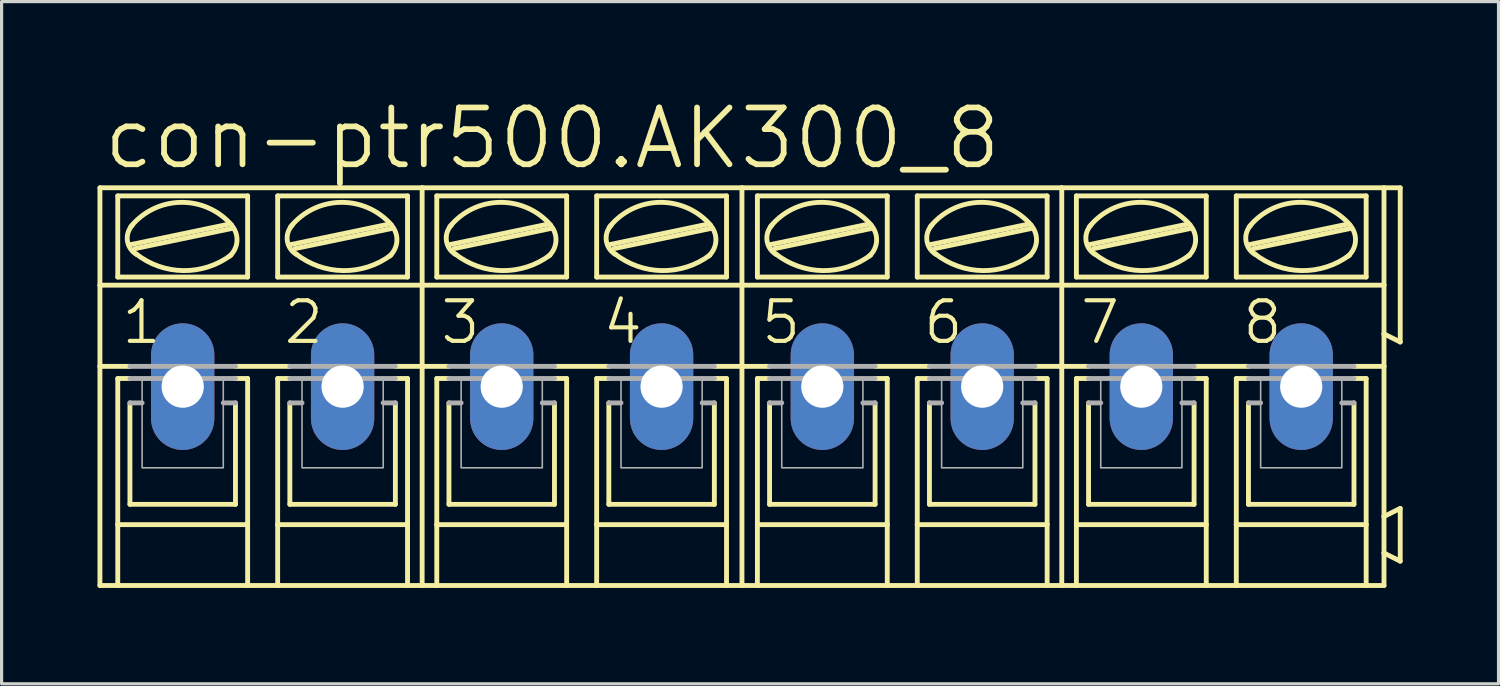
<source format=kicad_pcb>
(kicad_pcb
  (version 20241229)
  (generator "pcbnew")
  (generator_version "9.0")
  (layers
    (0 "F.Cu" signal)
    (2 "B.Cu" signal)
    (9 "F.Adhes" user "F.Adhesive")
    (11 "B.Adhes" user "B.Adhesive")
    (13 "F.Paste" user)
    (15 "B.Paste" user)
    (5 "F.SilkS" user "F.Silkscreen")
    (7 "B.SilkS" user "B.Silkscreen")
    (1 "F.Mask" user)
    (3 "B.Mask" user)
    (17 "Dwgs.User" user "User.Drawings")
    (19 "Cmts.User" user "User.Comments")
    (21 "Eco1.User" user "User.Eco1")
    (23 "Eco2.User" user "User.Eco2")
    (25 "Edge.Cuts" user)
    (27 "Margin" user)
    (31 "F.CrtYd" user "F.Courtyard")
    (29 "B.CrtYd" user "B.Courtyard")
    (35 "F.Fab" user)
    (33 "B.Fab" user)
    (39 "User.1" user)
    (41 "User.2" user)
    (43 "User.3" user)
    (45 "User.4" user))
  (footprint "con-ptr500.AK300_8"
    (layer "F.Cu")
    (at 20.168 9.049)
    (property "Reference" "con-ptr500.AK300_8" (at -20.066 -6.731 0) (layer "F.SilkS") (effects (font (size 1.778 1.778) (thickness 0.18)) (justify left bottom)))
    (attr through_hole)
    (fp_line (start -20.091 -3.175) (end -20.091 -6.223) (stroke (width 0.152) (type default)) (layer "F.SilkS"))
    (fp_line (start -20.091 -3.175) (end -10.008 -3.175) (stroke (width 0.152) (type default)) (layer "F.SilkS"))
    (fp_line (start -20.091 -0.635) (end -20.091 -3.175) (stroke (width 0.152) (type default)) (layer "F.SilkS"))
    (fp_line (start -20.091 -0.635) (end -19.152 -0.635) (stroke (width 0.152) (type default)) (layer "F.SilkS"))
    (fp_line (start -20.091 6.223) (end -20.091 -0.635) (stroke (width 0.152) (type default)) (layer "F.SilkS"))
    (fp_line (start -20.091 6.223) (end -19.533 6.223) (stroke (width 0.152) (type default)) (layer "F.SilkS"))
    (fp_line (start -19.533 -3.429) (end -19.533 -5.969) (stroke (width 0.152) (type default)) (layer "F.SilkS"))
    (fp_line (start -19.533 -0.254) (end -19.533 4.318) (stroke (width 0.152) (type default)) (layer "F.SilkS"))
    (fp_line (start -19.533 -0.254) (end -19.152 -0.254) (stroke (width 0.152) (type default)) (layer "F.SilkS"))
    (fp_line (start -19.533 4.318) (end -19.533 6.223) (stroke (width 0.152) (type default)) (layer "F.SilkS"))
    (fp_line (start -19.533 6.223) (end -15.469 6.223) (stroke (width 0.152) (type default)) (layer "F.SilkS"))
    (fp_line (start -19.152 3.683) (end -19.152 0.508) (stroke (width 0.152) (type default)) (layer "F.SilkS"))
    (fp_line (start -19.126 -4.445) (end -16.078 -5.08) (stroke (width 0.152) (type default)) (layer "F.SilkS"))
    (fp_line (start -18.999 -4.318) (end -15.951 -4.953) (stroke (width 0.152) (type default)) (layer "F.SilkS"))
    (fp_line (start -15.85 -0.635) (end -14.148 -0.635) (stroke (width 0.152) (type default)) (layer "F.SilkS"))
    (fp_line (start -15.85 3.683) (end -19.152 3.683) (stroke (width 0.152) (type default)) (layer "F.SilkS"))
    (fp_line (start -15.85 3.683) (end -15.85 0.508) (stroke (width 0.152) (type default)) (layer "F.SilkS"))
    (fp_line (start -15.469 -5.969) (end -19.533 -5.969) (stroke (width 0.152) (type default)) (layer "F.SilkS"))
    (fp_line (start -15.469 -3.429) (end -19.533 -3.429) (stroke (width 0.152) (type default)) (layer "F.SilkS"))
    (fp_line (start -15.469 -3.429) (end -15.469 -5.969) (stroke (width 0.152) (type default)) (layer "F.SilkS"))
    (fp_line (start -15.469 -0.254) (end -15.85 -0.254) (stroke (width 0.152) (type default)) (layer "F.SilkS"))
    (fp_line (start -15.469 4.318) (end -19.533 4.318) (stroke (width 0.152) (type default)) (layer "F.SilkS"))
    (fp_line (start -15.469 4.318) (end -15.469 -0.254) (stroke (width 0.152) (type default)) (layer "F.SilkS"))
    (fp_line (start -15.469 6.223) (end -15.469 4.318) (stroke (width 0.152) (type default)) (layer "F.SilkS"))
    (fp_line (start -15.469 6.223) (end -14.529 6.223) (stroke (width 0.152) (type default)) (layer "F.SilkS"))
    (fp_line (start -14.529 -5.969) (end -10.465 -5.969) (stroke (width 0.152) (type default)) (layer "F.SilkS"))
    (fp_line (start -14.529 -3.429) (end -14.529 -5.969) (stroke (width 0.152) (type default)) (layer "F.SilkS"))
    (fp_line (start -14.529 -0.254) (end -14.148 -0.254) (stroke (width 0.152) (type default)) (layer "F.SilkS"))
    (fp_line (start -14.529 4.318) (end -14.529 -0.254) (stroke (width 0.152) (type default)) (layer "F.SilkS"))
    (fp_line (start -14.529 4.318) (end -10.465 4.318) (stroke (width 0.152) (type default)) (layer "F.SilkS"))
    (fp_line (start -14.529 6.223) (end -14.529 4.318) (stroke (width 0.152) (type default)) (layer "F.SilkS"))
    (fp_line (start -14.529 6.223) (end -10.465 6.223) (stroke (width 0.152) (type default)) (layer "F.SilkS"))
    (fp_line (start -14.148 3.683) (end -14.148 0.508) (stroke (width 0.152) (type default)) (layer "F.SilkS"))
    (fp_line (start -14.122 -4.445) (end -11.074 -5.08) (stroke (width 0.152) (type default)) (layer "F.SilkS"))
    (fp_line (start -13.995 -4.318) (end -10.947 -4.953) (stroke (width 0.152) (type default)) (layer "F.SilkS"))
    (fp_line (start -10.846 3.683) (end -14.148 3.683) (stroke (width 0.152) (type default)) (layer "F.SilkS"))
    (fp_line (start -10.846 3.683) (end -10.846 0.508) (stroke (width 0.152) (type default)) (layer "F.SilkS"))
    (fp_line (start -10.465 -5.969) (end -10.465 -3.429) (stroke (width 0.152) (type default)) (layer "F.SilkS"))
    (fp_line (start -10.465 -3.429) (end -14.529 -3.429) (stroke (width 0.152) (type default)) (layer "F.SilkS"))
    (fp_line (start -10.465 -0.254) (end -10.846 -0.254) (stroke (width 0.152) (type default)) (layer "F.SilkS"))
    (fp_line (start -10.465 -0.254) (end -10.465 4.318) (stroke (width 0.152) (type default)) (layer "F.SilkS"))
    (fp_line (start -10.465 4.318) (end -10.465 6.223) (stroke (width 0.152) (type default)) (layer "F.SilkS"))
    (fp_line (start -10.465 6.223) (end -10.008 6.223) (stroke (width 0.152) (type default)) (layer "F.SilkS"))
    (fp_line (start -10.008 -6.223) (end -20.091 -6.223) (stroke (width 0.152) (type default)) (layer "F.SilkS"))
    (fp_line (start -10.008 -3.175) (end -10.008 -6.223) (stroke (width 0.152) (type default)) (layer "F.SilkS"))
    (fp_line (start -10.008 -3.175) (end 0 -3.175) (stroke (width 0.152) (type default)) (layer "F.SilkS"))
    (fp_line (start -10.008 -0.635) (end -10.846 -0.635) (stroke (width 0.152) (type default)) (layer "F.SilkS"))
    (fp_line (start -10.008 -0.635) (end -10.008 -3.175) (stroke (width 0.152) (type default)) (layer "F.SilkS"))
    (fp_line (start -10.008 -0.635) (end -9.169 -0.635) (stroke (width 0.152) (type default)) (layer "F.SilkS"))
    (fp_line (start -10.008 6.223) (end -10.008 -0.635) (stroke (width 0.152) (type default)) (layer "F.SilkS"))
    (fp_line (start -10.008 6.223) (end -9.55 6.223) (stroke (width 0.152) (type default)) (layer "F.SilkS"))
    (fp_line (start -9.55 -3.429) (end -9.55 -5.969) (stroke (width 0.152) (type default)) (layer "F.SilkS"))
    (fp_line (start -9.55 -0.254) (end -9.55 4.318) (stroke (width 0.152) (type default)) (layer "F.SilkS"))
    (fp_line (start -9.55 -0.254) (end -9.169 -0.254) (stroke (width 0.152) (type default)) (layer "F.SilkS"))
    (fp_line (start -9.55 4.318) (end -9.55 6.223) (stroke (width 0.152) (type default)) (layer "F.SilkS"))
    (fp_line (start -9.55 6.223) (end -5.486 6.223) (stroke (width 0.152) (type default)) (layer "F.SilkS"))
    (fp_line (start -9.169 3.683) (end -9.169 0.508) (stroke (width 0.152) (type default)) (layer "F.SilkS"))
    (fp_line (start -9.144 -4.445) (end -6.096 -5.08) (stroke (width 0.152) (type default)) (layer "F.SilkS"))
    (fp_line (start -9.017 -4.318) (end -5.969 -4.953) (stroke (width 0.152) (type default)) (layer "F.SilkS"))
    (fp_line (start -5.867 -0.635) (end -4.166 -0.635) (stroke (width 0.152) (type default)) (layer "F.SilkS"))
    (fp_line (start -5.867 3.683) (end -9.169 3.683) (stroke (width 0.152) (type default)) (layer "F.SilkS"))
    (fp_line (start -5.867 3.683) (end -5.867 0.508) (stroke (width 0.152) (type default)) (layer "F.SilkS"))
    (fp_line (start -5.486 -5.969) (end -9.55 -5.969) (stroke (width 0.152) (type default)) (layer "F.SilkS"))
    (fp_line (start -5.486 -3.429) (end -9.55 -3.429) (stroke (width 0.152) (type default)) (layer "F.SilkS"))
    (fp_line (start -5.486 -3.429) (end -5.486 -5.969) (stroke (width 0.152) (type default)) (layer "F.SilkS"))
    (fp_line (start -5.486 -0.254) (end -5.867 -0.254) (stroke (width 0.152) (type default)) (layer "F.SilkS"))
    (fp_line (start -5.486 4.318) (end -9.55 4.318) (stroke (width 0.152) (type default)) (layer "F.SilkS"))
    (fp_line (start -5.486 4.318) (end -5.486 -0.254) (stroke (width 0.152) (type default)) (layer "F.SilkS"))
    (fp_line (start -5.486 6.223) (end -5.486 4.318) (stroke (width 0.152) (type default)) (layer "F.SilkS"))
    (fp_line (start -5.486 6.223) (end -4.547 6.223) (stroke (width 0.152) (type default)) (layer "F.SilkS"))
    (fp_line (start -4.547 -5.969) (end -0.483 -5.969) (stroke (width 0.152) (type default)) (layer "F.SilkS"))
    (fp_line (start -4.547 -3.429) (end -4.547 -5.969) (stroke (width 0.152) (type default)) (layer "F.SilkS"))
    (fp_line (start -4.547 -0.254) (end -4.166 -0.254) (stroke (width 0.152) (type default)) (layer "F.SilkS"))
    (fp_line (start -4.547 4.318) (end -4.547 -0.254) (stroke (width 0.152) (type default)) (layer "F.SilkS"))
    (fp_line (start -4.547 4.318) (end -0.483 4.318) (stroke (width 0.152) (type default)) (layer "F.SilkS"))
    (fp_line (start -4.547 6.223) (end -4.547 4.318) (stroke (width 0.152) (type default)) (layer "F.SilkS"))
    (fp_line (start -4.547 6.223) (end -0.483 6.223) (stroke (width 0.152) (type default)) (layer "F.SilkS"))
    (fp_line (start -4.166 3.683) (end -4.166 0.508) (stroke (width 0.152) (type default)) (layer "F.SilkS"))
    (fp_line (start -4.14 -4.445) (end -1.092 -5.08) (stroke (width 0.152) (type default)) (layer "F.SilkS"))
    (fp_line (start -4.013 -4.318) (end -0.965 -4.953) (stroke (width 0.152) (type default)) (layer "F.SilkS"))
    (fp_line (start -0.864 3.683) (end -4.166 3.683) (stroke (width 0.152) (type default)) (layer "F.SilkS"))
    (fp_line (start -0.864 3.683) (end -0.864 0.508) (stroke (width 0.152) (type default)) (layer "F.SilkS"))
    (fp_line (start -0.483 -5.969) (end -0.483 -3.429) (stroke (width 0.152) (type default)) (layer "F.SilkS"))
    (fp_line (start -0.483 -3.429) (end -4.547 -3.429) (stroke (width 0.152) (type default)) (layer "F.SilkS"))
    (fp_line (start -0.483 -0.254) (end -0.864 -0.254) (stroke (width 0.152) (type default)) (layer "F.SilkS"))
    (fp_line (start -0.483 -0.254) (end -0.483 4.318) (stroke (width 0.152) (type default)) (layer "F.SilkS"))
    (fp_line (start -0.483 4.318) (end -0.483 6.223) (stroke (width 0.152) (type default)) (layer "F.SilkS"))
    (fp_line (start -0.483 6.223) (end 0 6.223) (stroke (width 0.152) (type default)) (layer "F.SilkS"))
    (fp_line (start 0 -6.223) (end -10.008 -6.223) (stroke (width 0.152) (type default)) (layer "F.SilkS"))
    (fp_line (start 0 -3.175) (end 0 -6.223) (stroke (width 0.152) (type default)) (layer "F.SilkS"))
    (fp_line (start 0 -3.175) (end 10.008 -3.175) (stroke (width 0.152) (type default)) (layer "F.SilkS"))
    (fp_line (start 0 -0.635) (end -0.864 -0.635) (stroke (width 0.152) (type default)) (layer "F.SilkS"))
    (fp_line (start 0 -0.635) (end 0 -3.175) (stroke (width 0.152) (type default)) (layer "F.SilkS"))
    (fp_line (start 0 -0.635) (end 0.864 -0.635) (stroke (width 0.152) (type default)) (layer "F.SilkS"))
    (fp_line (start 0 6.223) (end 0 -0.635) (stroke (width 0.152) (type default)) (layer "F.SilkS"))
    (fp_line (start 0 6.223) (end 0.483 6.223) (stroke (width 0.152) (type default)) (layer "F.SilkS"))
    (fp_line (start 0.483 -3.429) (end 0.483 -5.969) (stroke (width 0.152) (type default)) (layer "F.SilkS"))
    (fp_line (start 0.483 -0.254) (end 0.483 4.318) (stroke (width 0.152) (type default)) (layer "F.SilkS"))
    (fp_line (start 0.483 -0.254) (end 0.864 -0.254) (stroke (width 0.152) (type default)) (layer "F.SilkS"))
    (fp_line (start 0.483 4.318) (end 0.483 6.223) (stroke (width 0.152) (type default)) (layer "F.SilkS"))
    (fp_line (start 0.483 6.223) (end 4.547 6.223) (stroke (width 0.152) (type default)) (layer "F.SilkS"))
    (fp_line (start 0.864 3.683) (end 0.864 0.508) (stroke (width 0.152) (type default)) (layer "F.SilkS"))
    (fp_line (start 0.889 -4.445) (end 3.937 -5.08) (stroke (width 0.152) (type default)) (layer "F.SilkS"))
    (fp_line (start 1.016 -4.318) (end 4.064 -4.953) (stroke (width 0.152) (type default)) (layer "F.SilkS"))
    (fp_line (start 4.166 -0.635) (end 5.867 -0.635) (stroke (width 0.152) (type default)) (layer "F.SilkS"))
    (fp_line (start 4.166 3.683) (end 0.864 3.683) (stroke (width 0.152) (type default)) (layer "F.SilkS"))
    (fp_line (start 4.166 3.683) (end 4.166 0.508) (stroke (width 0.152) (type default)) (layer "F.SilkS"))
    (fp_line (start 4.547 -5.969) (end 0.483 -5.969) (stroke (width 0.152) (type default)) (layer "F.SilkS"))
    (fp_line (start 4.547 -3.429) (end 0.483 -3.429) (stroke (width 0.152) (type default)) (layer "F.SilkS"))
    (fp_line (start 4.547 -3.429) (end 4.547 -5.969) (stroke (width 0.152) (type default)) (layer "F.SilkS"))
    (fp_line (start 4.547 -0.254) (end 4.166 -0.254) (stroke (width 0.152) (type default)) (layer "F.SilkS"))
    (fp_line (start 4.547 4.318) (end 0.483 4.318) (stroke (width 0.152) (type default)) (layer "F.SilkS"))
    (fp_line (start 4.547 4.318) (end 4.547 -0.254) (stroke (width 0.152) (type default)) (layer "F.SilkS"))
    (fp_line (start 4.547 6.223) (end 4.547 4.318) (stroke (width 0.152) (type default)) (layer "F.SilkS"))
    (fp_line (start 4.547 6.223) (end 5.486 6.223) (stroke (width 0.152) (type default)) (layer "F.SilkS"))
    (fp_line (start 5.486 -5.969) (end 9.55 -5.969) (stroke (width 0.152) (type default)) (layer "F.SilkS"))
    (fp_line (start 5.486 -3.429) (end 5.486 -5.969) (stroke (width 0.152) (type default)) (layer "F.SilkS"))
    (fp_line (start 5.486 -0.254) (end 5.867 -0.254) (stroke (width 0.152) (type default)) (layer "F.SilkS"))
    (fp_line (start 5.486 4.318) (end 5.486 -0.254) (stroke (width 0.152) (type default)) (layer "F.SilkS"))
    (fp_line (start 5.486 4.318) (end 9.55 4.318) (stroke (width 0.152) (type default)) (layer "F.SilkS"))
    (fp_line (start 5.486 6.223) (end 5.486 4.318) (stroke (width 0.152) (type default)) (layer "F.SilkS"))
    (fp_line (start 5.486 6.223) (end 9.55 6.223) (stroke (width 0.152) (type default)) (layer "F.SilkS"))
    (fp_line (start 5.867 3.683) (end 5.867 0.508) (stroke (width 0.152) (type default)) (layer "F.SilkS"))
    (fp_line (start 5.893 -4.445) (end 8.941 -5.08) (stroke (width 0.152) (type default)) (layer "F.SilkS"))
    (fp_line (start 6.02 -4.318) (end 9.068 -4.953) (stroke (width 0.152) (type default)) (layer "F.SilkS"))
    (fp_line (start 9.169 3.683) (end 5.867 3.683) (stroke (width 0.152) (type default)) (layer "F.SilkS"))
    (fp_line (start 9.169 3.683) (end 9.169 0.508) (stroke (width 0.152) (type default)) (layer "F.SilkS"))
    (fp_line (start 9.55 -5.969) (end 9.55 -3.429) (stroke (width 0.152) (type default)) (layer "F.SilkS"))
    (fp_line (start 9.55 -3.429) (end 5.486 -3.429) (stroke (width 0.152) (type default)) (layer "F.SilkS"))
    (fp_line (start 9.55 -0.254) (end 9.169 -0.254) (stroke (width 0.152) (type default)) (layer "F.SilkS"))
    (fp_line (start 9.55 -0.254) (end 9.55 4.318) (stroke (width 0.152) (type default)) (layer "F.SilkS"))
    (fp_line (start 9.55 4.318) (end 9.55 6.223) (stroke (width 0.152) (type default)) (layer "F.SilkS"))
    (fp_line (start 9.55 6.223) (end 10.008 6.223) (stroke (width 0.152) (type default)) (layer "F.SilkS"))
    (fp_line (start 10.008 -6.223) (end 0 -6.223) (stroke (width 0.152) (type default)) (layer "F.SilkS"))
    (fp_line (start 10.008 -3.175) (end 10.008 -6.223) (stroke (width 0.152) (type default)) (layer "F.SilkS"))
    (fp_line (start 10.008 -3.175) (end 20.091 -3.175) (stroke (width 0.152) (type default)) (layer "F.SilkS"))
    (fp_line (start 10.008 -0.635) (end 9.169 -0.635) (stroke (width 0.152) (type default)) (layer "F.SilkS"))
    (fp_line (start 10.008 -0.635) (end 10.008 -3.175) (stroke (width 0.152) (type default)) (layer "F.SilkS"))
    (fp_line (start 10.008 -0.635) (end 10.846 -0.635) (stroke (width 0.152) (type default)) (layer "F.SilkS"))
    (fp_line (start 10.008 6.223) (end 10.008 -0.635) (stroke (width 0.152) (type default)) (layer "F.SilkS"))
    (fp_line (start 10.008 6.223) (end 10.465 6.223) (stroke (width 0.152) (type default)) (layer "F.SilkS"))
    (fp_line (start 10.465 -3.429) (end 10.465 -5.969) (stroke (width 0.152) (type default)) (layer "F.SilkS"))
    (fp_line (start 10.465 -0.254) (end 10.465 4.318) (stroke (width 0.152) (type default)) (layer "F.SilkS"))
    (fp_line (start 10.465 -0.254) (end 10.846 -0.254) (stroke (width 0.152) (type default)) (layer "F.SilkS"))
    (fp_line (start 10.465 4.318) (end 10.465 6.223) (stroke (width 0.152) (type default)) (layer "F.SilkS"))
    (fp_line (start 10.465 6.223) (end 14.529 6.223) (stroke (width 0.152) (type default)) (layer "F.SilkS"))
    (fp_line (start 10.846 3.683) (end 10.846 0.508) (stroke (width 0.152) (type default)) (layer "F.SilkS"))
    (fp_line (start 10.871 -4.445) (end 13.919 -5.08) (stroke (width 0.152) (type default)) (layer "F.SilkS"))
    (fp_line (start 10.998 -4.318) (end 14.046 -4.953) (stroke (width 0.152) (type default)) (layer "F.SilkS"))
    (fp_line (start 14.148 -0.635) (end 15.85 -0.635) (stroke (width 0.152) (type default)) (layer "F.SilkS"))
    (fp_line (start 14.148 3.683) (end 10.846 3.683) (stroke (width 0.152) (type default)) (layer "F.SilkS"))
    (fp_line (start 14.148 3.683) (end 14.148 0.508) (stroke (width 0.152) (type default)) (layer "F.SilkS"))
    (fp_line (start 14.529 -5.969) (end 10.465 -5.969) (stroke (width 0.152) (type default)) (layer "F.SilkS"))
    (fp_line (start 14.529 -3.429) (end 10.465 -3.429) (stroke (width 0.152) (type default)) (layer "F.SilkS"))
    (fp_line (start 14.529 -3.429) (end 14.529 -5.969) (stroke (width 0.152) (type default)) (layer "F.SilkS"))
    (fp_line (start 14.529 -0.254) (end 14.148 -0.254) (stroke (width 0.152) (type default)) (layer "F.SilkS"))
    (fp_line (start 14.529 4.318) (end 10.465 4.318) (stroke (width 0.152) (type default)) (layer "F.SilkS"))
    (fp_line (start 14.529 4.318) (end 14.529 -0.254) (stroke (width 0.152) (type default)) (layer "F.SilkS"))
    (fp_line (start 14.529 6.223) (end 14.529 4.318) (stroke (width 0.152) (type default)) (layer "F.SilkS"))
    (fp_line (start 14.529 6.223) (end 15.469 6.223) (stroke (width 0.152) (type default)) (layer "F.SilkS"))
    (fp_line (start 15.469 -5.969) (end 19.533 -5.969) (stroke (width 0.152) (type default)) (layer "F.SilkS"))
    (fp_line (start 15.469 -3.429) (end 15.469 -5.969) (stroke (width 0.152) (type default)) (layer "F.SilkS"))
    (fp_line (start 15.469 -0.254) (end 15.85 -0.254) (stroke (width 0.152) (type default)) (layer "F.SilkS"))
    (fp_line (start 15.469 4.318) (end 15.469 -0.254) (stroke (width 0.152) (type default)) (layer "F.SilkS"))
    (fp_line (start 15.469 4.318) (end 19.533 4.318) (stroke (width 0.152) (type default)) (layer "F.SilkS"))
    (fp_line (start 15.469 6.223) (end 15.469 4.318) (stroke (width 0.152) (type default)) (layer "F.SilkS"))
    (fp_line (start 15.469 6.223) (end 19.533 6.223) (stroke (width 0.152) (type default)) (layer "F.SilkS"))
    (fp_line (start 15.85 3.683) (end 15.85 0.508) (stroke (width 0.152) (type default)) (layer "F.SilkS"))
    (fp_line (start 15.875 -4.445) (end 18.923 -5.08) (stroke (width 0.152) (type default)) (layer "F.SilkS"))
    (fp_line (start 16.002 -4.318) (end 19.05 -4.953) (stroke (width 0.152) (type default)) (layer "F.SilkS"))
    (fp_line (start 19.152 3.683) (end 15.85 3.683) (stroke (width 0.152) (type default)) (layer "F.SilkS"))
    (fp_line (start 19.152 3.683) (end 19.152 0.508) (stroke (width 0.152) (type default)) (layer "F.SilkS"))
    (fp_line (start 19.533 -5.969) (end 19.533 -3.429) (stroke (width 0.152) (type default)) (layer "F.SilkS"))
    (fp_line (start 19.533 -3.429) (end 15.469 -3.429) (stroke (width 0.152) (type default)) (layer "F.SilkS"))
    (fp_line (start 19.533 -0.254) (end 19.152 -0.254) (stroke (width 0.152) (type default)) (layer "F.SilkS"))
    (fp_line (start 19.533 -0.254) (end 19.533 4.318) (stroke (width 0.152) (type default)) (layer "F.SilkS"))
    (fp_line (start 19.533 4.318) (end 19.533 6.223) (stroke (width 0.152) (type default)) (layer "F.SilkS"))
    (fp_line (start 19.533 6.223) (end 20.091 6.223) (stroke (width 0.152) (type default)) (layer "F.SilkS"))
    (fp_line (start 20.091 -6.223) (end 10.008 -6.223) (stroke (width 0.152) (type default)) (layer "F.SilkS"))
    (fp_line (start 20.091 -6.223) (end 20.091 -3.175) (stroke (width 0.152) (type default)) (layer "F.SilkS"))
    (fp_line (start 20.091 -6.223) (end 20.599 -6.223) (stroke (width 0.152) (type default)) (layer "F.SilkS"))
    (fp_line (start 20.091 -3.175) (end 20.091 -1.651) (stroke (width 0.152) (type default)) (layer "F.SilkS"))
    (fp_line (start 20.091 -1.651) (end 20.091 -0.635) (stroke (width 0.152) (type default)) (layer "F.SilkS"))
    (fp_line (start 20.091 -0.635) (end 19.152 -0.635) (stroke (width 0.152) (type default)) (layer "F.SilkS"))
    (fp_line (start 20.091 -0.635) (end 20.091 4.064) (stroke (width 0.152) (type default)) (layer "F.SilkS"))
    (fp_line (start 20.091 4.064) (end 20.091 5.207) (stroke (width 0.152) (type default)) (layer "F.SilkS"))
    (fp_line (start 20.091 5.207) (end 20.091 6.223) (stroke (width 0.152) (type default)) (layer "F.SilkS"))
    (fp_line (start 20.599 -6.223) (end 20.599 -1.397) (stroke (width 0.152) (type default)) (layer "F.SilkS"))
    (fp_line (start 20.599 -1.397) (end 20.091 -1.651) (stroke (width 0.152) (type default)) (layer "F.SilkS"))
    (fp_line (start 20.599 3.81) (end 20.091 4.064) (stroke (width 0.152) (type default)) (layer "F.SilkS"))
    (fp_line (start 20.599 3.81) (end 20.599 5.461) (stroke (width 0.152) (type default)) (layer "F.SilkS"))
    (fp_line (start 20.599 5.461) (end 20.091 5.207) (stroke (width 0.152) (type default)) (layer "F.SilkS"))
    (fp_arc (start -19.1262 -5.0038) (mid -17.561827 -5.766949) (end -15.9718 -5.0588) (stroke (width 0.1524) (type default)) (layer "F.SilkS"))
    (fp_arc (start -18.9317 -4.1297) (mid -19.229624 -4.557025) (end -19.0754 -5.0546) (stroke (width 0.1524) (type default)) (layer "F.SilkS"))
    (fp_arc (start -15.986 -4.1188) (mid -17.487903 -3.631243) (end -18.9738 -4.1656) (stroke (width 0.1524) (type default)) (layer "F.SilkS"))
    (fp_arc (start -15.9767 -5.0545) (mid -15.80234 -4.558084) (end -16.0324 -4.0849) (stroke (width 0.1524) (type default)) (layer "F.SilkS"))
    (fp_arc (start -14.1224 -5.0038) (mid -12.558027 -5.766949) (end -10.968 -5.0588) (stroke (width 0.1524) (type default)) (layer "F.SilkS"))
    (fp_arc (start -13.9279 -4.1297) (mid -14.225824 -4.557025) (end -14.0716 -5.0546) (stroke (width 0.1524) (type default)) (layer "F.SilkS"))
    (fp_arc (start -10.9822 -4.1188) (mid -12.484103 -3.631243) (end -13.97 -4.1656) (stroke (width 0.1524) (type default)) (layer "F.SilkS"))
    (fp_arc (start -10.9729 -5.0545) (mid -10.79854 -4.558084) (end -11.0286 -4.0849) (stroke (width 0.1524) (type default)) (layer "F.SilkS"))
    (fp_arc (start -9.144 -5.0038) (mid -7.579627 -5.766949) (end -5.9896 -5.0588) (stroke (width 0.1524) (type default)) (layer "F.SilkS"))
    (fp_arc (start -8.9495 -4.1297) (mid -9.247424 -4.557025) (end -9.0932 -5.0546) (stroke (width 0.1524) (type default)) (layer "F.SilkS"))
    (fp_arc (start -6.0038 -4.1188) (mid -7.505703 -3.631243) (end -8.9916 -4.1656) (stroke (width 0.1524) (type default)) (layer "F.SilkS"))
    (fp_arc (start -5.9945 -5.0545) (mid -5.82014 -4.558084) (end -6.0502 -4.0849) (stroke (width 0.1524) (type default)) (layer "F.SilkS"))
    (fp_arc (start -4.1402 -5.0038) (mid -2.575827 -5.766949) (end -0.9858 -5.0588) (stroke (width 0.1524) (type default)) (layer "F.SilkS"))
    (fp_arc (start -3.9457 -4.1297) (mid -4.243624 -4.557025) (end -4.0894 -5.0546) (stroke (width 0.1524) (type default)) (layer "F.SilkS"))
    (fp_arc (start -1 -4.1188) (mid -2.501903 -3.631243) (end -3.9878 -4.1656) (stroke (width 0.1524) (type default)) (layer "F.SilkS"))
    (fp_arc (start -0.9907 -5.0545) (mid -0.81634 -4.558084) (end -1.0464 -4.0849) (stroke (width 0.1524) (type default)) (layer "F.SilkS"))
    (fp_arc (start 0.889 -5.0038) (mid 2.45332 -5.766808) (end 4.0432 -5.0586) (stroke (width 0.1524) (type default)) (layer "F.SilkS"))
    (fp_arc (start 1.0835 -4.1297) (mid 0.785576 -4.557025) (end 0.9398 -5.0546) (stroke (width 0.1524) (type default)) (layer "F.SilkS"))
    (fp_arc (start 4.0292 -4.1189) (mid 2.527313 -3.631282) (end 1.0414 -4.1656) (stroke (width 0.1524) (type default)) (layer "F.SilkS"))
    (fp_arc (start 4.0385 -5.0545) (mid 4.21286 -4.558084) (end 3.9828 -4.0849) (stroke (width 0.1524) (type default)) (layer "F.SilkS"))
    (fp_arc (start 5.8928 -5.0038) (mid 7.45712 -5.766808) (end 9.047 -5.0586) (stroke (width 0.1524) (type default)) (layer "F.SilkS"))
    (fp_arc (start 6.0873 -4.1297) (mid 5.789376 -4.557025) (end 5.9436 -5.0546) (stroke (width 0.1524) (type default)) (layer "F.SilkS"))
    (fp_arc (start 9.033 -4.1189) (mid 7.531113 -3.631282) (end 6.0452 -4.1656) (stroke (width 0.1524) (type default)) (layer "F.SilkS"))
    (fp_arc (start 9.0423 -5.0545) (mid 9.21666 -4.558084) (end 8.9866 -4.0849) (stroke (width 0.1524) (type default)) (layer "F.SilkS"))
    (fp_arc (start 10.8712 -5.0038) (mid 12.43552 -5.766808) (end 14.0254 -5.0586) (stroke (width 0.1524) (type default)) (layer "F.SilkS"))
    (fp_arc (start 11.0657 -4.1297) (mid 10.767776 -4.557025) (end 10.922 -5.0546) (stroke (width 0.1524) (type default)) (layer "F.SilkS"))
    (fp_arc (start 14.0114 -4.1189) (mid 12.509513 -3.631282) (end 11.0236 -4.1656) (stroke (width 0.1524) (type default)) (layer "F.SilkS"))
    (fp_arc (start 14.0207 -5.0545) (mid 14.19506 -4.558084) (end 13.965 -4.0849) (stroke (width 0.1524) (type default)) (layer "F.SilkS"))
    (fp_arc (start 15.875 -5.0038) (mid 17.43932 -5.766808) (end 19.0292 -5.0586) (stroke (width 0.1524) (type default)) (layer "F.SilkS"))
    (fp_arc (start 16.0695 -4.1297) (mid 15.771576 -4.557025) (end 15.9258 -5.0546) (stroke (width 0.1524) (type default)) (layer "F.SilkS"))
    (fp_arc (start 19.0152 -4.1189) (mid 17.513313 -3.631282) (end 16.0274 -4.1656) (stroke (width 0.1524) (type default)) (layer "F.SilkS"))
    (fp_arc (start 19.0245 -5.0545) (mid 19.19886 -4.558084) (end 18.9688 -4.0849) (stroke (width 0.1524) (type default)) (layer "F.SilkS"))
    (fp_line (start -19.152 -0.635) (end -15.85 -0.635) (stroke (width 0.152) (type default)) (layer "F.Fab"))
    (fp_line (start -19.152 0.508) (end -18.771 0.508) (stroke (width 0.152) (type default)) (layer "F.Fab"))
    (fp_line (start -15.85 -0.254) (end -19.152 -0.254) (stroke (width 0.152) (type default)) (layer "F.Fab"))
    (fp_line (start -15.85 0.508) (end -16.231 0.508) (stroke (width 0.152) (type default)) (layer "F.Fab"))
    (fp_line (start -14.148 -0.254) (end -10.846 -0.254) (stroke (width 0.152) (type default)) (layer "F.Fab"))
    (fp_line (start -14.148 0.508) (end -13.767 0.508) (stroke (width 0.152) (type default)) (layer "F.Fab"))
    (fp_line (start -10.846 -0.635) (end -14.148 -0.635) (stroke (width 0.152) (type default)) (layer "F.Fab"))
    (fp_line (start -10.846 0.508) (end -11.227 0.508) (stroke (width 0.152) (type default)) (layer "F.Fab"))
    (fp_line (start -9.169 -0.635) (end -5.867 -0.635) (stroke (width 0.152) (type default)) (layer "F.Fab"))
    (fp_line (start -9.169 0.508) (end -8.788 0.508) (stroke (width 0.152) (type default)) (layer "F.Fab"))
    (fp_line (start -5.867 -0.254) (end -9.169 -0.254) (stroke (width 0.152) (type default)) (layer "F.Fab"))
    (fp_line (start -5.867 0.508) (end -6.248 0.508) (stroke (width 0.152) (type default)) (layer "F.Fab"))
    (fp_line (start -4.166 -0.254) (end -0.864 -0.254) (stroke (width 0.152) (type default)) (layer "F.Fab"))
    (fp_line (start -4.166 0.508) (end -3.785 0.508) (stroke (width 0.152) (type default)) (layer "F.Fab"))
    (fp_line (start -0.864 -0.635) (end -4.166 -0.635) (stroke (width 0.152) (type default)) (layer "F.Fab"))
    (fp_line (start -0.864 0.508) (end -1.245 0.508) (stroke (width 0.152) (type default)) (layer "F.Fab"))
    (fp_line (start 0.864 -0.635) (end 4.166 -0.635) (stroke (width 0.152) (type default)) (layer "F.Fab"))
    (fp_line (start 0.864 0.508) (end 1.245 0.508) (stroke (width 0.152) (type default)) (layer "F.Fab"))
    (fp_line (start 4.166 -0.254) (end 0.864 -0.254) (stroke (width 0.152) (type default)) (layer "F.Fab"))
    (fp_line (start 4.166 0.508) (end 3.785 0.508) (stroke (width 0.152) (type default)) (layer "F.Fab"))
    (fp_line (start 5.867 -0.254) (end 9.169 -0.254) (stroke (width 0.152) (type default)) (layer "F.Fab"))
    (fp_line (start 5.867 0.508) (end 6.248 0.508) (stroke (width 0.152) (type default)) (layer "F.Fab"))
    (fp_line (start 9.169 -0.635) (end 5.867 -0.635) (stroke (width 0.152) (type default)) (layer "F.Fab"))
    (fp_line (start 9.169 0.508) (end 8.788 0.508) (stroke (width 0.152) (type default)) (layer "F.Fab"))
    (fp_line (start 10.846 -0.635) (end 14.148 -0.635) (stroke (width 0.152) (type default)) (layer "F.Fab"))
    (fp_line (start 10.846 0.508) (end 11.227 0.508) (stroke (width 0.152) (type default)) (layer "F.Fab"))
    (fp_line (start 14.148 -0.254) (end 10.846 -0.254) (stroke (width 0.152) (type default)) (layer "F.Fab"))
    (fp_line (start 14.148 0.508) (end 13.767 0.508) (stroke (width 0.152) (type default)) (layer "F.Fab"))
    (fp_line (start 15.85 -0.254) (end 19.152 -0.254) (stroke (width 0.152) (type default)) (layer "F.Fab"))
    (fp_line (start 15.85 0.508) (end 16.231 0.508) (stroke (width 0.152) (type default)) (layer "F.Fab"))
    (fp_line (start 19.152 -0.635) (end 15.85 -0.635) (stroke (width 0.152) (type default)) (layer "F.Fab"))
    (fp_line (start 19.152 0.508) (end 18.771 0.508) (stroke (width 0.152) (type default)) (layer "F.Fab"))
    (fp_rect (start -18.771 2.54) (end -16.231 -0.254) (stroke (width 0.05) (type default)) (fill no) (layer "F.Fab"))
    (fp_rect (start -13.767 2.54) (end -11.227 -0.254) (stroke (width 0.05) (type default)) (fill no) (layer "F.Fab"))
    (fp_rect (start -8.788 2.54) (end -6.248 -0.254) (stroke (width 0.05) (type default)) (fill no) (layer "F.Fab"))
    (fp_rect (start -3.785 2.54) (end -1.245 -0.254) (stroke (width 0.05) (type default)) (fill no) (layer "F.Fab"))
    (fp_rect (start 1.245 2.54) (end 3.785 -0.254) (stroke (width 0.05) (type default)) (fill no) (layer "F.Fab"))
    (fp_rect (start 6.248 2.54) (end 8.788 -0.254) (stroke (width 0.05) (type default)) (fill no) (layer "F.Fab"))
    (fp_rect (start 11.227 2.54) (end 13.767 -0.254) (stroke (width 0.05) (type default)) (fill no) (layer "F.Fab"))
    (fp_rect (start 16.231 2.54) (end 18.771 -0.254) (stroke (width 0.05) (type default)) (fill no) (layer "F.Fab"))
    (fp_text user "2" (at -14.402 -1.27 0) (layer "F.SilkS") (effects (font (size 1.27 1.27) (thickness 0.13)) (justify left bottom)))
    (fp_text user "1" (at -19.482 -1.27 0) (layer "F.SilkS") (effects (font (size 1.27 1.27) (thickness 0.13)) (justify left bottom)))
    (fp_text user "5" (at 0.533 -1.27 0) (layer "F.SilkS") (effects (font (size 1.27 1.27) (thickness 0.13)) (justify left bottom)))
    (fp_text user "3" (at -9.5 -1.27 0) (layer "F.SilkS") (effects (font (size 1.27 1.27) (thickness 0.13)) (justify left bottom)))
    (fp_text user "6" (at 5.613 -1.27 0) (layer "F.SilkS") (effects (font (size 1.27 1.27) (thickness 0.13)) (justify left bottom)))
    (fp_text user "8" (at 15.596 -1.27 0) (layer "F.SilkS") (effects (font (size 1.27 1.27) (thickness 0.13)) (justify left bottom)))
    (fp_text user "7" (at 10.516 -1.27 0) (layer "F.SilkS") (effects (font (size 1.27 1.27) (thickness 0.13)) (justify left bottom)))
    (fp_text user "4" (at -4.42 -1.27 0) (layer "F.SilkS") (effects (font (size 1.27 1.27) (thickness 0.13)) (justify left bottom)))
    (pad "1" thru_hole oval (at -17.501 0 90) (size 3.962 1.981) (drill 1.321) (layers "*.Cu" "*.Mask"))
    (pad "2" thru_hole oval (at -12.497 0 90) (size 3.962 1.981) (drill 1.321) (layers "*.Cu" "*.Mask"))
    (pad "3" thru_hole oval (at -7.518 0 90) (size 3.962 1.981) (drill 1.321) (layers "*.Cu" "*.Mask"))
    (pad "4" thru_hole oval (at -2.515 0 90) (size 3.962 1.981) (drill 1.321) (layers "*.Cu" "*.Mask"))
    (pad "5" thru_hole oval (at 2.515 0 90) (size 3.962 1.981) (drill 1.321) (layers "*.Cu" "*.Mask"))
    (pad "6" thru_hole oval (at 7.518 0 90) (size 3.962 1.981) (drill 1.321) (layers "*.Cu" "*.Mask"))
    (pad "7" thru_hole oval (at 12.497 0 90) (size 3.962 1.981) (drill 1.321) (layers "*.Cu" "*.Mask"))
    (pad "8" thru_hole oval (at 17.501 0 90) (size 3.962 1.981) (drill 1.321) (layers "*.Cu" "*.Mask")))
  (gr_rect
    (start -3 -3)
    (end 43.843 18.348)
    (stroke (width 0.1) (type default))
    (fill no)
    (layer "Edge.Cuts")))
</source>
